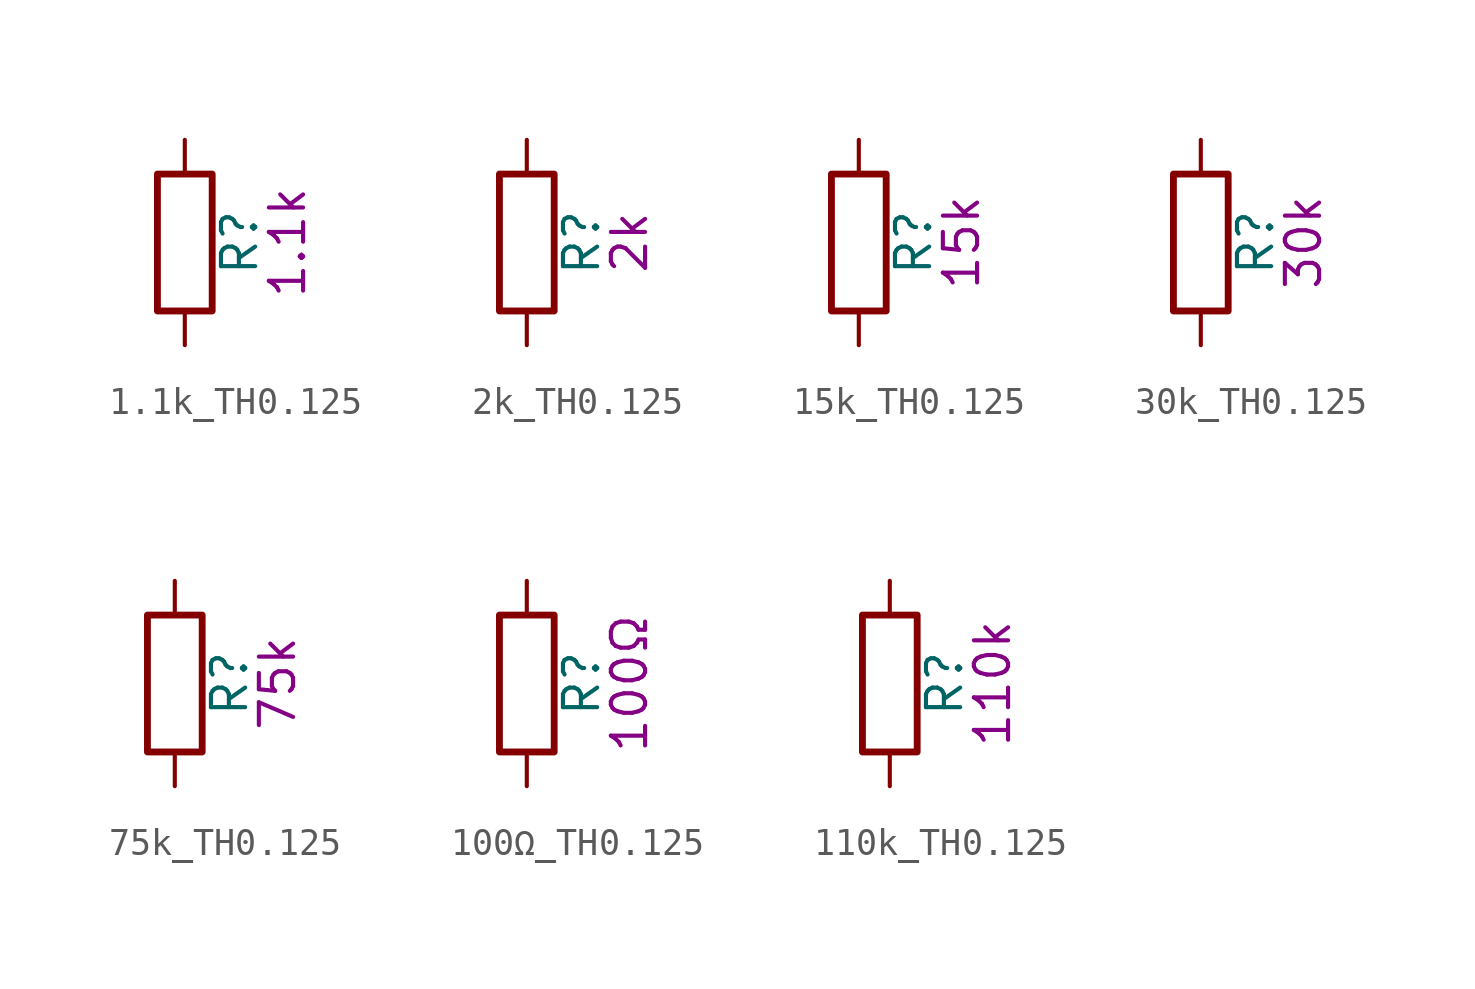
<source format=kicad_sym>
(kicad_symbol_lib
  (version 20211014)
  (generator kicad_symbol_editor)
  (symbol "1.1k_TH0.125"
    (pin_numbers hide)
    (pin_names
      (offset 0))
    (property "Reference" "R"
      (at 2.032 0 90)
      (effects (font (size 1.27 1.27))))
    (property "Display" "1.1k"
      (at 3.81 0 90)
      (effects (font (size 1.27 1.27))))
    (symbol "1.1k_TH0.125_0_1"
      (rectangle (start -1.016 -2.54) (end 1.016 2.54) (stroke (width 0.254) (type default) (color 0 0 0 0)) (fill (type none))))
    (symbol "1.1k_TH0.125_1_1"
      (pin passive line (at 0 3.81 270) (length 1.27) (name "~" (effects (font (size 1.27 1.27)))) (number "1" (effects (font (size 1.27 1.27)))))
      (pin passive line (at 0 -3.81 90) (length 1.27) (name "~" (effects (font (size 1.27 1.27)))) (number "2" (effects (font (size 1.27 1.27)))))))
  (symbol "2k_TH0.125"
    (pin_numbers hide)
    (pin_names
      (offset 0))
    (property "Reference" "R"
      (at 2.032 0 90)
      (effects (font (size 1.27 1.27))))
    (property "Display" "2k"
      (at 3.81 0 90)
      (effects (font (size 1.27 1.27))))
    (symbol "2k_TH0.125_0_1"
      (rectangle (start -1.016 -2.54) (end 1.016 2.54) (stroke (width 0.254) (type default) (color 0 0 0 0)) (fill (type none))))
    (symbol "2k_TH0.125_1_1"
      (pin passive line (at 0 3.81 270) (length 1.27) (name "~" (effects (font (size 1.27 1.27)))) (number "1" (effects (font (size 1.27 1.27)))))
      (pin passive line (at 0 -3.81 90) (length 1.27) (name "~" (effects (font (size 1.27 1.27)))) (number "2" (effects (font (size 1.27 1.27)))))))
  (symbol "15k_TH0.125"
    (pin_numbers hide)
    (pin_names
      (offset 0))
    (property "Reference" "R"
      (at 2.032 0 90)
      (effects (font (size 1.27 1.27))))
    (property "Display" "15k"
      (at 3.81 0 90)
      (effects (font (size 1.27 1.27))))
    (symbol "15k_TH0.125_0_1"
      (rectangle (start -1.016 -2.54) (end 1.016 2.54) (stroke (width 0.254) (type default) (color 0 0 0 0)) (fill (type none))))
    (symbol "15k_TH0.125_1_1"
      (pin passive line (at 0 3.81 270) (length 1.27) (name "~" (effects (font (size 1.27 1.27)))) (number "1" (effects (font (size 1.27 1.27)))))
      (pin passive line (at 0 -3.81 90) (length 1.27) (name "~" (effects (font (size 1.27 1.27)))) (number "2" (effects (font (size 1.27 1.27)))))))
  (symbol "30k_TH0.125"
    (pin_numbers hide)
    (pin_names
      (offset 0))
    (property "Reference" "R"
      (at 2.032 0 90)
      (effects (font (size 1.27 1.27))))
    (property "Display" "30k"
      (at 3.81 0 90)
      (effects (font (size 1.27 1.27))))
    (symbol "30k_TH0.125_0_1"
      (rectangle (start -1.016 -2.54) (end 1.016 2.54) (stroke (width 0.254) (type default) (color 0 0 0 0)) (fill (type none))))
    (symbol "30k_TH0.125_1_1"
      (pin passive line (at 0 3.81 270) (length 1.27) (name "~" (effects (font (size 1.27 1.27)))) (number "1" (effects (font (size 1.27 1.27)))))
      (pin passive line (at 0 -3.81 90) (length 1.27) (name "~" (effects (font (size 1.27 1.27)))) (number "2" (effects (font (size 1.27 1.27)))))))
  (symbol "75k_TH0.125"
    (pin_numbers hide)
    (pin_names
      (offset 0))
    (property "Reference" "R"
      (at 2.032 0 90)
      (effects (font (size 1.27 1.27))))
    (property "Display" "75k"
      (at 3.81 0 90)
      (effects (font (size 1.27 1.27))))
    (symbol "75k_TH0.125_0_1"
      (rectangle (start -1.016 -2.54) (end 1.016 2.54) (stroke (width 0.254) (type default) (color 0 0 0 0)) (fill (type none))))
    (symbol "75k_TH0.125_1_1"
      (pin passive line (at 0 3.81 270) (length 1.27) (name "~" (effects (font (size 1.27 1.27)))) (number "1" (effects (font (size 1.27 1.27)))))
      (pin passive line (at 0 -3.81 90) (length 1.27) (name "~" (effects (font (size 1.27 1.27)))) (number "2" (effects (font (size 1.27 1.27)))))))
  (symbol "100Ω_TH0.125"
    (pin_numbers hide)
    (pin_names
      (offset 0))
    (property "Reference" "R"
      (at 2.032 0 90)
      (effects (font (size 1.27 1.27))))
    (property "Display" "100Ω"
      (at 3.81 0 90)
      (effects (font (size 1.27 1.27))))
    (symbol "100Ω_TH0.125_0_1"
      (rectangle (start -1.016 -2.54) (end 1.016 2.54) (stroke (width 0.254) (type default) (color 0 0 0 0)) (fill (type none))))
    (symbol "100Ω_TH0.125_1_1"
      (pin passive line (at 0 3.81 270) (length 1.27) (name "~" (effects (font (size 1.27 1.27)))) (number "1" (effects (font (size 1.27 1.27)))))
      (pin passive line (at 0 -3.81 90) (length 1.27) (name "~" (effects (font (size 1.27 1.27)))) (number "2" (effects (font (size 1.27 1.27)))))))
  (symbol "110k_TH0.125"
    (pin_numbers hide)
    (pin_names
      (offset 0))
    (property "Reference" "R"
      (at 2.032 0 90)
      (effects (font (size 1.27 1.27))))
    (property "Display" "110k"
      (at 3.81 0 90)
      (effects (font (size 1.27 1.27))))
    (symbol "110k_TH0.125_0_1"
      (rectangle (start -1.016 -2.54) (end 1.016 2.54) (stroke (width 0.254) (type default) (color 0 0 0 0)) (fill (type none))))
    (symbol "110k_TH0.125_1_1"
      (pin passive line (at 0 3.81 270) (length 1.27) (name "~" (effects (font (size 1.27 1.27)))) (number "1" (effects (font (size 1.27 1.27)))))
      (pin passive line (at 0 -3.81 90) (length 1.27) (name "~" (effects (font (size 1.27 1.27)))) (number "2" (effects (font (size 1.27 1.27))))))))
</source>
